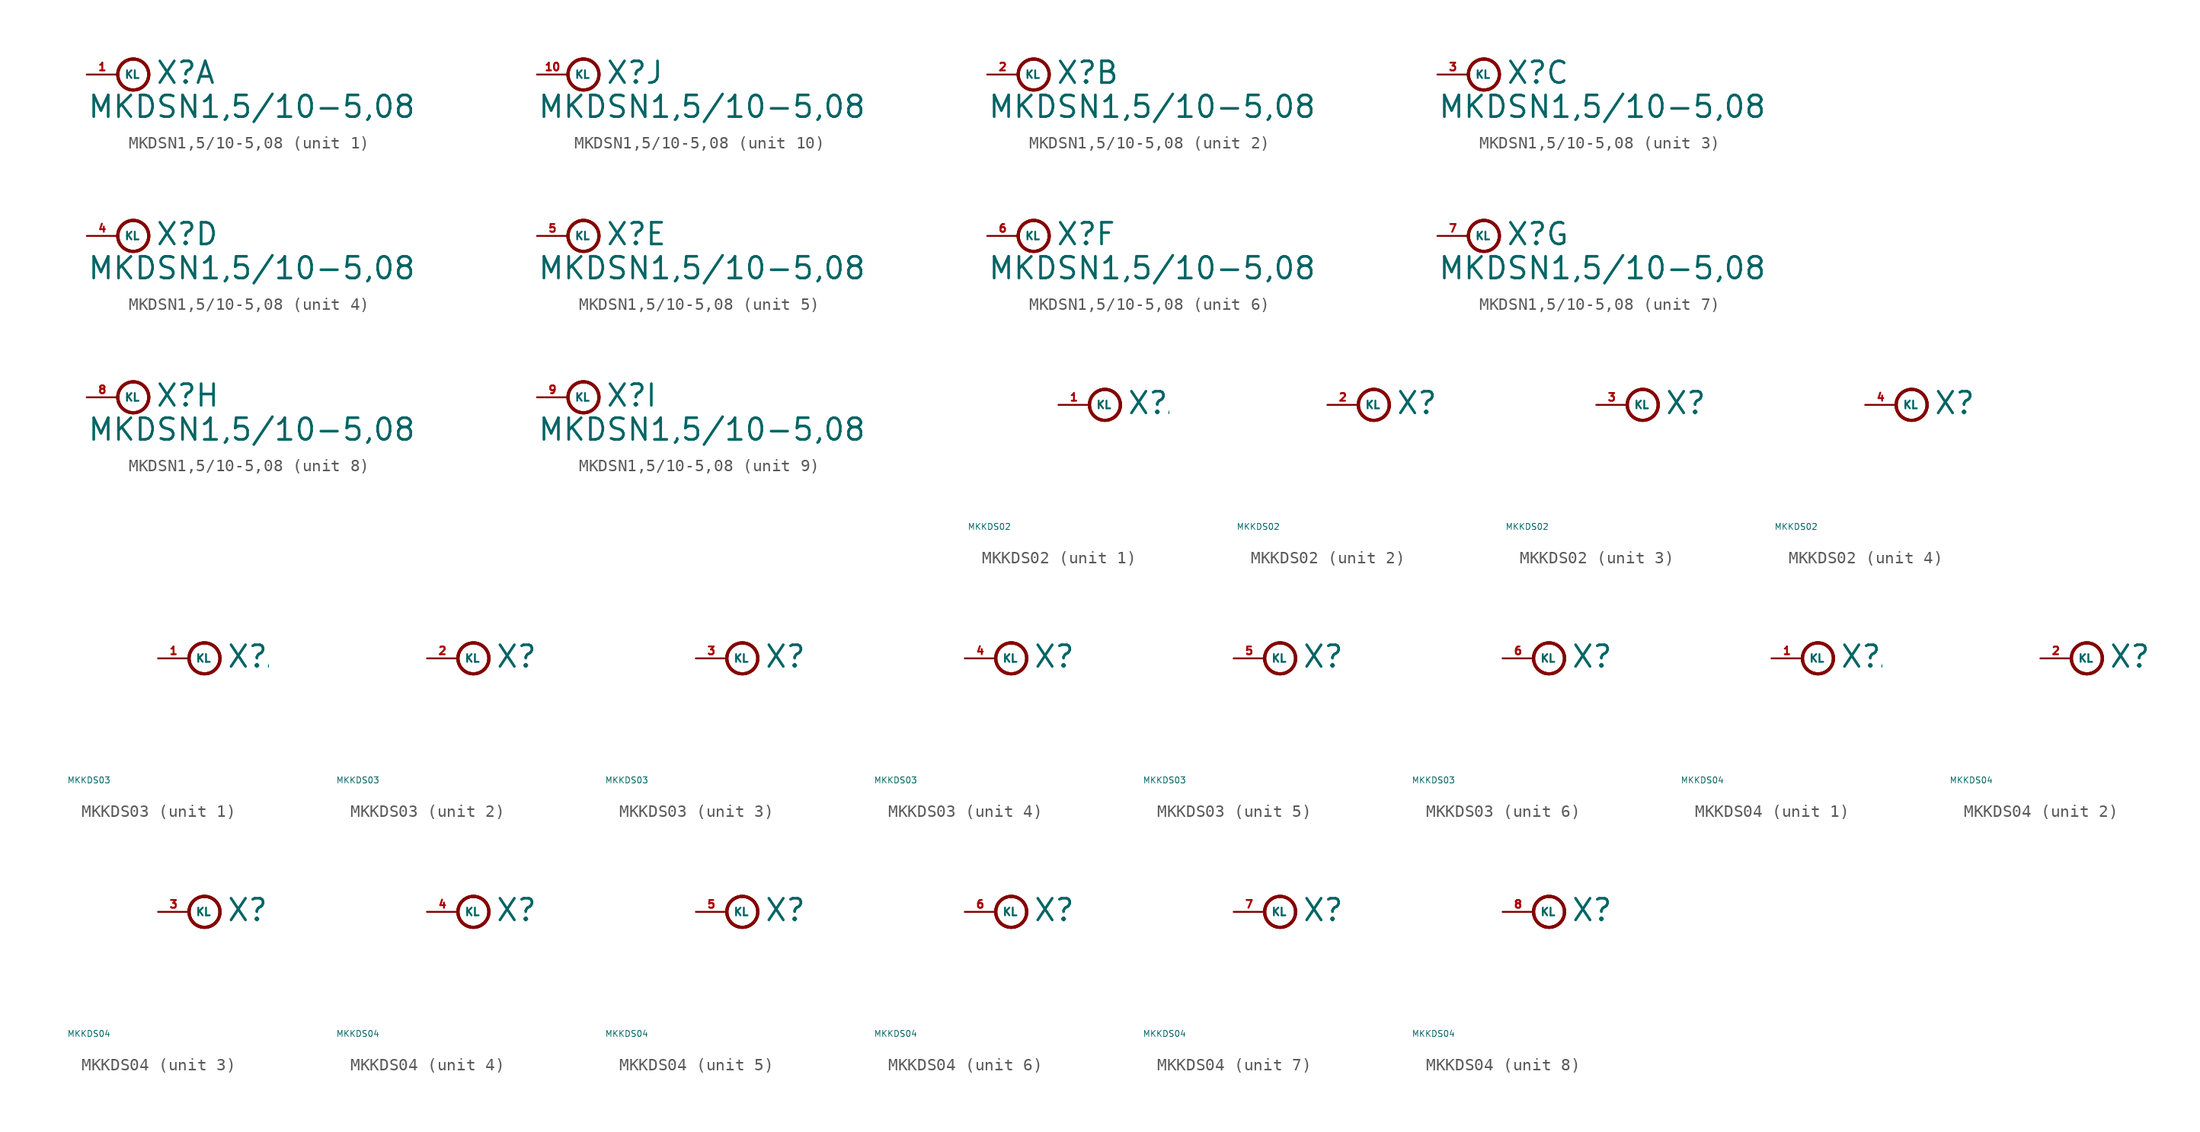
<source format=kicad_sym>
(kicad_symbol_lib
  (version 20220914)
  (generator Eagle2Kicad)
  (symbol "MKDSN1,5/10-5,08"
    (property "Reference" "X"
      (at 3.048 -0.889 0)
      (effects (font (size 1.778 1.778) (thickness 0.22)) (justify left bottom)))
    (property "Value" "MKDSN1,5/10-5,08"
      (at -2.54 -3.683 0)
      (effects (font (size 1.778 1.778) (thickness 0.22)) (justify left bottom)))
    (symbol "MKDSN1,5/10-5,08_1_0"
      (circle (center 1.27 0) (radius 1.27) (stroke (width 0.254) (type default)) (fill (type none)))
      (circle (center 1.27 0) (radius 1.27) (stroke (width 0.254) (type default)) (fill (type none)))
      (circle (center 1.27 0) (radius 1.27) (stroke (width 0.254) (type default)) (fill (type none)))
      (pin passive line (at -2.54 0 0) (length 2.54) (name "KL" (effects (font (size 0.635 0.635) (thickness 0.08)) (justify left bottom))) (number "1" (effects (font (size 0.635 0.635) (thickness 0.08)) (justify left bottom)))))
    (symbol "MKDSN1,5/10-5,08_2_0"
      (circle (center 1.27 0) (radius 1.27) (stroke (width 0.254) (type default)) (fill (type none)))
      (circle (center 1.27 0) (radius 1.27) (stroke (width 0.254) (type default)) (fill (type none)))
      (circle (center 1.27 0) (radius 1.27) (stroke (width 0.254) (type default)) (fill (type none)))
      (pin passive line (at -2.54 0 0) (length 2.54) (name "KL" (effects (font (size 0.635 0.635) (thickness 0.08)) (justify left bottom))) (number "2" (effects (font (size 0.635 0.635) (thickness 0.08)) (justify left bottom)))))
    (symbol "MKDSN1,5/10-5,08_3_0"
      (circle (center 1.27 0) (radius 1.27) (stroke (width 0.254) (type default)) (fill (type none)))
      (circle (center 1.27 0) (radius 1.27) (stroke (width 0.254) (type default)) (fill (type none)))
      (circle (center 1.27 0) (radius 1.27) (stroke (width 0.254) (type default)) (fill (type none)))
      (pin passive line (at -2.54 0 0) (length 2.54) (name "KL" (effects (font (size 0.635 0.635) (thickness 0.08)) (justify left bottom))) (number "3" (effects (font (size 0.635 0.635) (thickness 0.08)) (justify left bottom)))))
    (symbol "MKDSN1,5/10-5,08_4_0"
      (circle (center 1.27 0) (radius 1.27) (stroke (width 0.254) (type default)) (fill (type none)))
      (circle (center 1.27 0) (radius 1.27) (stroke (width 0.254) (type default)) (fill (type none)))
      (circle (center 1.27 0) (radius 1.27) (stroke (width 0.254) (type default)) (fill (type none)))
      (pin passive line (at -2.54 0 0) (length 2.54) (name "KL" (effects (font (size 0.635 0.635) (thickness 0.08)) (justify left bottom))) (number "4" (effects (font (size 0.635 0.635) (thickness 0.08)) (justify left bottom)))))
    (symbol "MKDSN1,5/10-5,08_5_0"
      (circle (center 1.27 0) (radius 1.27) (stroke (width 0.254) (type default)) (fill (type none)))
      (circle (center 1.27 0) (radius 1.27) (stroke (width 0.254) (type default)) (fill (type none)))
      (circle (center 1.27 0) (radius 1.27) (stroke (width 0.254) (type default)) (fill (type none)))
      (pin passive line (at -2.54 0 0) (length 2.54) (name "KL" (effects (font (size 0.635 0.635) (thickness 0.08)) (justify left bottom))) (number "5" (effects (font (size 0.635 0.635) (thickness 0.08)) (justify left bottom)))))
    (symbol "MKDSN1,5/10-5,08_6_0"
      (circle (center 1.27 0) (radius 1.27) (stroke (width 0.254) (type default)) (fill (type none)))
      (circle (center 1.27 0) (radius 1.27) (stroke (width 0.254) (type default)) (fill (type none)))
      (circle (center 1.27 0) (radius 1.27) (stroke (width 0.254) (type default)) (fill (type none)))
      (pin passive line (at -2.54 0 0) (length 2.54) (name "KL" (effects (font (size 0.635 0.635) (thickness 0.08)) (justify left bottom))) (number "6" (effects (font (size 0.635 0.635) (thickness 0.08)) (justify left bottom)))))
    (symbol "MKDSN1,5/10-5,08_7_0"
      (circle (center 1.27 0) (radius 1.27) (stroke (width 0.254) (type default)) (fill (type none)))
      (circle (center 1.27 0) (radius 1.27) (stroke (width 0.254) (type default)) (fill (type none)))
      (circle (center 1.27 0) (radius 1.27) (stroke (width 0.254) (type default)) (fill (type none)))
      (pin passive line (at -2.54 0 0) (length 2.54) (name "KL" (effects (font (size 0.635 0.635) (thickness 0.08)) (justify left bottom))) (number "7" (effects (font (size 0.635 0.635) (thickness 0.08)) (justify left bottom)))))
    (symbol "MKDSN1,5/10-5,08_8_0"
      (circle (center 1.27 0) (radius 1.27) (stroke (width 0.254) (type default)) (fill (type none)))
      (circle (center 1.27 0) (radius 1.27) (stroke (width 0.254) (type default)) (fill (type none)))
      (circle (center 1.27 0) (radius 1.27) (stroke (width 0.254) (type default)) (fill (type none)))
      (pin passive line (at -2.54 0 0) (length 2.54) (name "KL" (effects (font (size 0.635 0.635) (thickness 0.08)) (justify left bottom))) (number "8" (effects (font (size 0.635 0.635) (thickness 0.08)) (justify left bottom)))))
    (symbol "MKDSN1,5/10-5,08_9_0"
      (circle (center 1.27 0) (radius 1.27) (stroke (width 0.254) (type default)) (fill (type none)))
      (circle (center 1.27 0) (radius 1.27) (stroke (width 0.254) (type default)) (fill (type none)))
      (circle (center 1.27 0) (radius 1.27) (stroke (width 0.254) (type default)) (fill (type none)))
      (pin passive line (at -2.54 0 0) (length 2.54) (name "KL" (effects (font (size 0.635 0.635) (thickness 0.08)) (justify left bottom))) (number "9" (effects (font (size 0.635 0.635) (thickness 0.08)) (justify left bottom)))))
    (symbol "MKDSN1,5/10-5,08_10_0"
      (circle (center 1.27 0) (radius 1.27) (stroke (width 0.254) (type default)) (fill (type none)))
      (circle (center 1.27 0) (radius 1.27) (stroke (width 0.254) (type default)) (fill (type none)))
      (circle (center 1.27 0) (radius 1.27) (stroke (width 0.254) (type default)) (fill (type none)))
      (pin passive line (at -2.54 0 0) (length 2.54) (name "KL" (effects (font (size 0.635 0.635) (thickness 0.08)) (justify left bottom))) (number "10" (effects (font (size 0.635 0.635) (thickness 0.08)) (justify left bottom))))))
  (symbol "MKKDS02"
    (property "Reference" "X"
      (at 3.048 -0.889 0)
      (effects (font (size 1.778 1.778) (thickness 0.22)) (justify left bottom)))
    (property "Value" "MKKDS02"
      (at -10 -10 0)
      (effects (font (size 0.5 0.5) (thickness 0.06)) (justify left)))
    (symbol "MKKDS02_1_0"
      (circle (center 1.27 0) (radius 1.27) (stroke (width 0.254) (type default)) (fill (type none)))
      (circle (center 1.27 0) (radius 1.27) (stroke (width 0.254) (type default)) (fill (type none)))
      (circle (center 1.27 0) (radius 1.27) (stroke (width 0.254) (type default)) (fill (type none)))
      (pin passive line (at -2.54 0 0) (length 2.54) (name "KL" (effects (font (size 0.635 0.635) (thickness 0.08)) (justify left bottom))) (number "1" (effects (font (size 0.635 0.635) (thickness 0.08)) (justify left bottom)))))
    (symbol "MKKDS02_2_0"
      (circle (center 1.27 0) (radius 1.27) (stroke (width 0.254) (type default)) (fill (type none)))
      (circle (center 1.27 0) (radius 1.27) (stroke (width 0.254) (type default)) (fill (type none)))
      (circle (center 1.27 0) (radius 1.27) (stroke (width 0.254) (type default)) (fill (type none)))
      (pin passive line (at -2.54 0 0) (length 2.54) (name "KL" (effects (font (size 0.635 0.635) (thickness 0.08)) (justify left bottom))) (number "2" (effects (font (size 0.635 0.635) (thickness 0.08)) (justify left bottom)))))
    (symbol "MKKDS02_3_0"
      (circle (center 1.27 0) (radius 1.27) (stroke (width 0.254) (type default)) (fill (type none)))
      (circle (center 1.27 0) (radius 1.27) (stroke (width 0.254) (type default)) (fill (type none)))
      (circle (center 1.27 0) (radius 1.27) (stroke (width 0.254) (type default)) (fill (type none)))
      (pin passive line (at -2.54 0 0) (length 2.54) (name "KL" (effects (font (size 0.635 0.635) (thickness 0.08)) (justify left bottom))) (number "3" (effects (font (size 0.635 0.635) (thickness 0.08)) (justify left bottom)))))
    (symbol "MKKDS02_4_0"
      (circle (center 1.27 0) (radius 1.27) (stroke (width 0.254) (type default)) (fill (type none)))
      (circle (center 1.27 0) (radius 1.27) (stroke (width 0.254) (type default)) (fill (type none)))
      (circle (center 1.27 0) (radius 1.27) (stroke (width 0.254) (type default)) (fill (type none)))
      (pin passive line (at -2.54 0 0) (length 2.54) (name "KL" (effects (font (size 0.635 0.635) (thickness 0.08)) (justify left bottom))) (number "4" (effects (font (size 0.635 0.635) (thickness 0.08)) (justify left bottom))))))
  (symbol "MKKDS03"
    (property "Reference" "X"
      (at 3.048 -0.889 0)
      (effects (font (size 1.778 1.778) (thickness 0.22)) (justify left bottom)))
    (property "Value" "MKKDS03"
      (at -10 -10 0)
      (effects (font (size 0.5 0.5) (thickness 0.06)) (justify left)))
    (symbol "MKKDS03_1_0"
      (circle (center 1.27 0) (radius 1.27) (stroke (width 0.254) (type default)) (fill (type none)))
      (circle (center 1.27 0) (radius 1.27) (stroke (width 0.254) (type default)) (fill (type none)))
      (circle (center 1.27 0) (radius 1.27) (stroke (width 0.254) (type default)) (fill (type none)))
      (pin passive line (at -2.54 0 0) (length 2.54) (name "KL" (effects (font (size 0.635 0.635) (thickness 0.08)) (justify left bottom))) (number "1" (effects (font (size 0.635 0.635) (thickness 0.08)) (justify left bottom)))))
    (symbol "MKKDS03_2_0"
      (circle (center 1.27 0) (radius 1.27) (stroke (width 0.254) (type default)) (fill (type none)))
      (circle (center 1.27 0) (radius 1.27) (stroke (width 0.254) (type default)) (fill (type none)))
      (circle (center 1.27 0) (radius 1.27) (stroke (width 0.254) (type default)) (fill (type none)))
      (pin passive line (at -2.54 0 0) (length 2.54) (name "KL" (effects (font (size 0.635 0.635) (thickness 0.08)) (justify left bottom))) (number "2" (effects (font (size 0.635 0.635) (thickness 0.08)) (justify left bottom)))))
    (symbol "MKKDS03_3_0"
      (circle (center 1.27 0) (radius 1.27) (stroke (width 0.254) (type default)) (fill (type none)))
      (circle (center 1.27 0) (radius 1.27) (stroke (width 0.254) (type default)) (fill (type none)))
      (circle (center 1.27 0) (radius 1.27) (stroke (width 0.254) (type default)) (fill (type none)))
      (pin passive line (at -2.54 0 0) (length 2.54) (name "KL" (effects (font (size 0.635 0.635) (thickness 0.08)) (justify left bottom))) (number "3" (effects (font (size 0.635 0.635) (thickness 0.08)) (justify left bottom)))))
    (symbol "MKKDS03_4_0"
      (circle (center 1.27 0) (radius 1.27) (stroke (width 0.254) (type default)) (fill (type none)))
      (circle (center 1.27 0) (radius 1.27) (stroke (width 0.254) (type default)) (fill (type none)))
      (circle (center 1.27 0) (radius 1.27) (stroke (width 0.254) (type default)) (fill (type none)))
      (pin passive line (at -2.54 0 0) (length 2.54) (name "KL" (effects (font (size 0.635 0.635) (thickness 0.08)) (justify left bottom))) (number "4" (effects (font (size 0.635 0.635) (thickness 0.08)) (justify left bottom)))))
    (symbol "MKKDS03_5_0"
      (circle (center 1.27 0) (radius 1.27) (stroke (width 0.254) (type default)) (fill (type none)))
      (circle (center 1.27 0) (radius 1.27) (stroke (width 0.254) (type default)) (fill (type none)))
      (circle (center 1.27 0) (radius 1.27) (stroke (width 0.254) (type default)) (fill (type none)))
      (pin passive line (at -2.54 0 0) (length 2.54) (name "KL" (effects (font (size 0.635 0.635) (thickness 0.08)) (justify left bottom))) (number "5" (effects (font (size 0.635 0.635) (thickness 0.08)) (justify left bottom)))))
    (symbol "MKKDS03_6_0"
      (circle (center 1.27 0) (radius 1.27) (stroke (width 0.254) (type default)) (fill (type none)))
      (circle (center 1.27 0) (radius 1.27) (stroke (width 0.254) (type default)) (fill (type none)))
      (circle (center 1.27 0) (radius 1.27) (stroke (width 0.254) (type default)) (fill (type none)))
      (pin passive line (at -2.54 0 0) (length 2.54) (name "KL" (effects (font (size 0.635 0.635) (thickness 0.08)) (justify left bottom))) (number "6" (effects (font (size 0.635 0.635) (thickness 0.08)) (justify left bottom))))))
  (symbol "MKKDS04"
    (property "Reference" "X"
      (at 3.048 -0.889 0)
      (effects (font (size 1.778 1.778) (thickness 0.22)) (justify left bottom)))
    (property "Value" "MKKDS04"
      (at -10 -10 0)
      (effects (font (size 0.5 0.5) (thickness 0.06)) (justify left)))
    (symbol "MKKDS04_1_0"
      (circle (center 1.27 0) (radius 1.27) (stroke (width 0.254) (type default)) (fill (type none)))
      (circle (center 1.27 0) (radius 1.27) (stroke (width 0.254) (type default)) (fill (type none)))
      (circle (center 1.27 0) (radius 1.27) (stroke (width 0.254) (type default)) (fill (type none)))
      (pin passive line (at -2.54 0 0) (length 2.54) (name "KL" (effects (font (size 0.635 0.635) (thickness 0.08)) (justify left bottom))) (number "1" (effects (font (size 0.635 0.635) (thickness 0.08)) (justify left bottom)))))
    (symbol "MKKDS04_2_0"
      (circle (center 1.27 0) (radius 1.27) (stroke (width 0.254) (type default)) (fill (type none)))
      (circle (center 1.27 0) (radius 1.27) (stroke (width 0.254) (type default)) (fill (type none)))
      (circle (center 1.27 0) (radius 1.27) (stroke (width 0.254) (type default)) (fill (type none)))
      (pin passive line (at -2.54 0 0) (length 2.54) (name "KL" (effects (font (size 0.635 0.635) (thickness 0.08)) (justify left bottom))) (number "2" (effects (font (size 0.635 0.635) (thickness 0.08)) (justify left bottom)))))
    (symbol "MKKDS04_3_0"
      (circle (center 1.27 0) (radius 1.27) (stroke (width 0.254) (type default)) (fill (type none)))
      (circle (center 1.27 0) (radius 1.27) (stroke (width 0.254) (type default)) (fill (type none)))
      (circle (center 1.27 0) (radius 1.27) (stroke (width 0.254) (type default)) (fill (type none)))
      (pin passive line (at -2.54 0 0) (length 2.54) (name "KL" (effects (font (size 0.635 0.635) (thickness 0.08)) (justify left bottom))) (number "3" (effects (font (size 0.635 0.635) (thickness 0.08)) (justify left bottom)))))
    (symbol "MKKDS04_4_0"
      (circle (center 1.27 0) (radius 1.27) (stroke (width 0.254) (type default)) (fill (type none)))
      (circle (center 1.27 0) (radius 1.27) (stroke (width 0.254) (type default)) (fill (type none)))
      (circle (center 1.27 0) (radius 1.27) (stroke (width 0.254) (type default)) (fill (type none)))
      (pin passive line (at -2.54 0 0) (length 2.54) (name "KL" (effects (font (size 0.635 0.635) (thickness 0.08)) (justify left bottom))) (number "4" (effects (font (size 0.635 0.635) (thickness 0.08)) (justify left bottom)))))
    (symbol "MKKDS04_5_0"
      (circle (center 1.27 0) (radius 1.27) (stroke (width 0.254) (type default)) (fill (type none)))
      (circle (center 1.27 0) (radius 1.27) (stroke (width 0.254) (type default)) (fill (type none)))
      (circle (center 1.27 0) (radius 1.27) (stroke (width 0.254) (type default)) (fill (type none)))
      (pin passive line (at -2.54 0 0) (length 2.54) (name "KL" (effects (font (size 0.635 0.635) (thickness 0.08)) (justify left bottom))) (number "5" (effects (font (size 0.635 0.635) (thickness 0.08)) (justify left bottom)))))
    (symbol "MKKDS04_6_0"
      (circle (center 1.27 0) (radius 1.27) (stroke (width 0.254) (type default)) (fill (type none)))
      (circle (center 1.27 0) (radius 1.27) (stroke (width 0.254) (type default)) (fill (type none)))
      (circle (center 1.27 0) (radius 1.27) (stroke (width 0.254) (type default)) (fill (type none)))
      (pin passive line (at -2.54 0 0) (length 2.54) (name "KL" (effects (font (size 0.635 0.635) (thickness 0.08)) (justify left bottom))) (number "6" (effects (font (size 0.635 0.635) (thickness 0.08)) (justify left bottom)))))
    (symbol "MKKDS04_7_0"
      (circle (center 1.27 0) (radius 1.27) (stroke (width 0.254) (type default)) (fill (type none)))
      (circle (center 1.27 0) (radius 1.27) (stroke (width 0.254) (type default)) (fill (type none)))
      (circle (center 1.27 0) (radius 1.27) (stroke (width 0.254) (type default)) (fill (type none)))
      (pin passive line (at -2.54 0 0) (length 2.54) (name "KL" (effects (font (size 0.635 0.635) (thickness 0.08)) (justify left bottom))) (number "7" (effects (font (size 0.635 0.635) (thickness 0.08)) (justify left bottom)))))
    (symbol "MKKDS04_8_0"
      (circle (center 1.27 0) (radius 1.27) (stroke (width 0.254) (type default)) (fill (type none)))
      (circle (center 1.27 0) (radius 1.27) (stroke (width 0.254) (type default)) (fill (type none)))
      (circle (center 1.27 0) (radius 1.27) (stroke (width 0.254) (type default)) (fill (type none)))
      (pin passive line (at -2.54 0 0) (length 2.54) (name "KL" (effects (font (size 0.635 0.635) (thickness 0.08)) (justify left bottom))) (number "8" (effects (font (size 0.635 0.635) (thickness 0.08)) (justify left bottom)))))))
</source>
